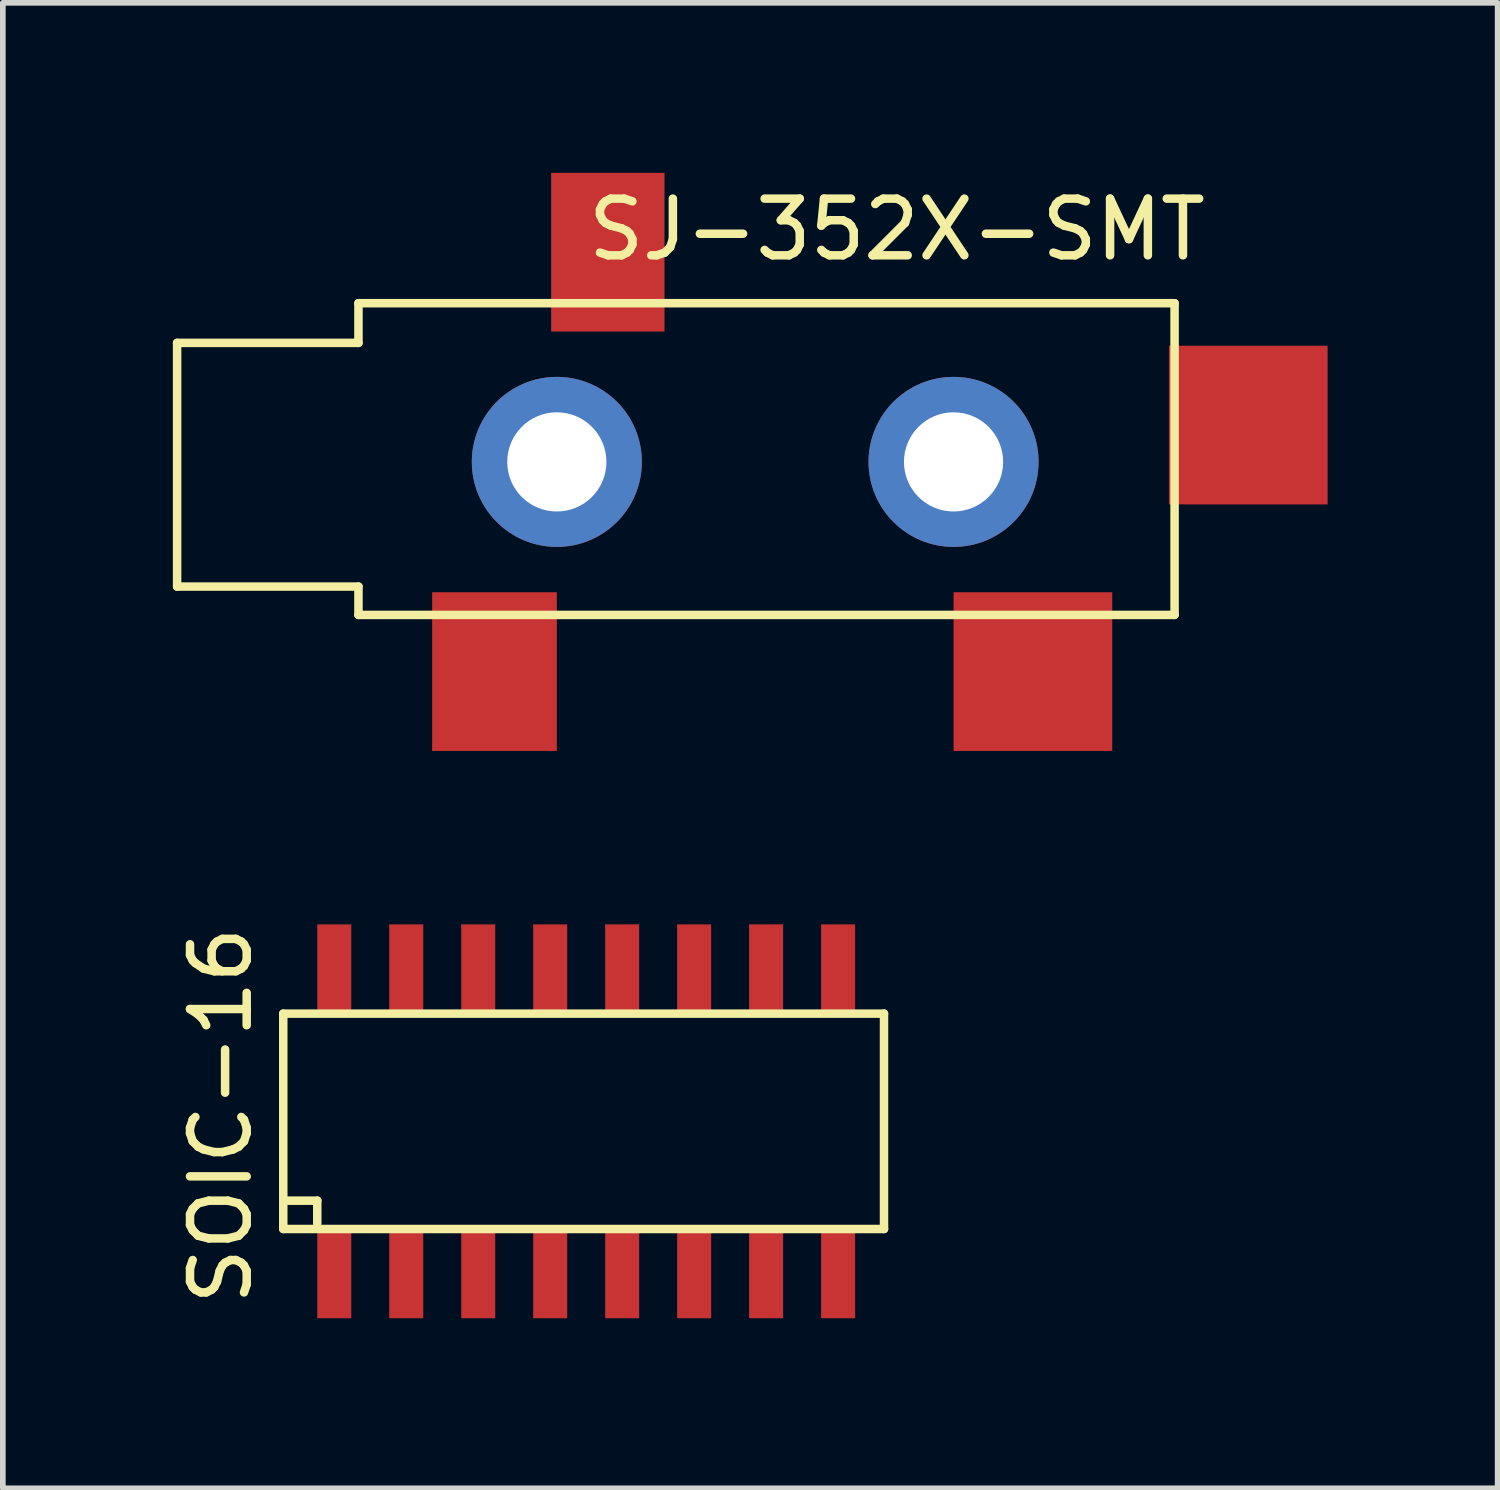
<source format=kicad_pcb>
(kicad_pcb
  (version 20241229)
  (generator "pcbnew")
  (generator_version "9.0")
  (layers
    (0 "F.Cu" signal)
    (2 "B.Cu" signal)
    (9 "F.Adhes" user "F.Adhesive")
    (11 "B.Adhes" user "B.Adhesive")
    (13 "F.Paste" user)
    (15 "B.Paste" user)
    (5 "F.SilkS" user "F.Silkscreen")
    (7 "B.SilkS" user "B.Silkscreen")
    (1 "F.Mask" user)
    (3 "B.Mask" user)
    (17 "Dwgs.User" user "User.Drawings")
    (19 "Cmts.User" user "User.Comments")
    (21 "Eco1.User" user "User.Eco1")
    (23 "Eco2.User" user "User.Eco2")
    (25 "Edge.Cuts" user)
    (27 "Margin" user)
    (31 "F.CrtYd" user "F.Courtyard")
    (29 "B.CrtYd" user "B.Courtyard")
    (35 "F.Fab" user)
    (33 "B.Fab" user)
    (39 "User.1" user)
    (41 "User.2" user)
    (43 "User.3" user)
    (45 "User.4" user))
  (footprint "SOIC-16"
    (layer "F.Cu")
    (at 7.348 16.735)
    (property "Reference" "SOIC-16" (at -6.5 -0.1 270) (layer "F.SilkS") (effects (font (size 1 1) (thickness 0.15))))
    (attr through_hole)
    (fp_line (start -5.4 -1.9) (end -5.4 1.9) (stroke (width 0.15) (type solid)) (layer "F.SilkS"))
    (fp_line (start -5.4 1.4) (end -4.8 1.4) (stroke (width 0.15) (type solid)) (layer "F.SilkS"))
    (fp_line (start -5.4 1.9) (end 5.2 1.9) (stroke (width 0.15) (type solid)) (layer "F.SilkS"))
    (fp_line (start -4.8 1.4) (end -4.8 1.8) (stroke (width 0.15) (type solid)) (layer "F.SilkS"))
    (fp_line (start 5.2 -1.9) (end -5.4 -1.9) (stroke (width 0.15) (type solid)) (layer "F.SilkS"))
    (fp_line (start 5.2 1.9) (end 5.2 -1.9) (stroke (width 0.15) (type solid)) (layer "F.SilkS"))
    (pad "1" smd rect (at -4.5 2.7) (size 0.6 1.55) (layers "F.Cu" "F.Mask" "F.Paste"))
    (pad "2" smd rect (at -3.23 2.7) (size 0.6 1.55) (layers "F.Cu" "F.Mask" "F.Paste"))
    (pad "3" smd rect (at -1.96 2.7) (size 0.6 1.55) (layers "F.Cu" "F.Mask" "F.Paste"))
    (pad "4" smd rect (at -0.69 2.7) (size 0.6 1.55) (layers "F.Cu" "F.Mask" "F.Paste"))
    (pad "5" smd rect (at 0.58 2.7) (size 0.6 1.55) (layers "F.Cu" "F.Mask" "F.Paste"))
    (pad "6" smd rect (at 1.85 2.7) (size 0.6 1.55) (layers "F.Cu" "F.Mask" "F.Paste"))
    (pad "7" smd rect (at 3.12 2.7) (size 0.6 1.55) (layers "F.Cu" "F.Mask" "F.Paste"))
    (pad "8" smd rect (at 4.39 2.7) (size 0.6 1.55) (layers "F.Cu" "F.Mask" "F.Paste"))
    (pad "9" smd rect (at 4.39 -2.7) (size 0.6 1.55) (layers "F.Cu" "F.Mask" "F.Paste"))
    (pad "10" smd rect (at 3.12 -2.7) (size 0.6 1.55) (layers "F.Cu" "F.Mask" "F.Paste"))
    (pad "11" smd rect (at 1.85 -2.7) (size 0.6 1.55) (layers "F.Cu" "F.Mask" "F.Paste"))
    (pad "12" smd rect (at 0.58 -2.7) (size 0.6 1.55) (layers "F.Cu" "F.Mask" "F.Paste"))
    (pad "13" smd rect (at -0.69 -2.7) (size 0.6 1.55) (layers "F.Cu" "F.Mask" "F.Paste"))
    (pad "14" smd rect (at -1.96 -2.7) (size 0.6 1.55) (layers "F.Cu" "F.Mask" "F.Paste"))
    (pad "15" smd rect (at -3.23 -2.7) (size 0.6 1.55) (layers "F.Cu" "F.Mask" "F.Paste"))
    (pad "16" smd rect (at -4.5 -2.7) (size 0.6 1.55) (layers "F.Cu" "F.Mask" "F.Paste")))
  (footprint "SJ-352X-SMT"
    (layer "F.Cu")
    (at 3.275 5.1)
    (property "Reference" "SJ-352X-SMT" (at 9.5 -4.1 0) (layer "F.SilkS") (effects (font (size 1 1) (thickness 0.15))))
    (attr through_hole)
    (fp_line (start -3.2 -2.1) (end 0 -2.1) (stroke (width 0.15) (type solid)) (layer "F.SilkS"))
    (fp_line (start -3.2 2.2) (end -3.2 -2.1) (stroke (width 0.15) (type solid)) (layer "F.SilkS"))
    (fp_line (start 0 -2.8) (end 14.4 -2.8) (stroke (width 0.15) (type solid)) (layer "F.SilkS"))
    (fp_line (start 0 -2.1) (end 0 -2.8) (stroke (width 0.15) (type solid)) (layer "F.SilkS"))
    (fp_line (start 0 2.2) (end -3.2 2.2) (stroke (width 0.15) (type solid)) (layer "F.SilkS"))
    (fp_line (start 0 2.7) (end 0 2.2) (stroke (width 0.15) (type solid)) (layer "F.SilkS"))
    (fp_line (start 14.4 -2.8) (end 14.4 2.7) (stroke (width 0.15) (type solid)) (layer "F.SilkS"))
    (fp_line (start 14.4 2.7) (end 0 2.7) (stroke (width 0.15) (type solid)) (layer "F.SilkS"))
    (pad "" np_thru_hole circle (at 3.5 0) (size 3 3) (drill 1.75) (layers "*.Cu" "*.Mask"))
    (pad "" np_thru_hole circle (at 10.5 0) (size 3 3) (drill 1.75) (layers "*.Cu" "*.Mask"))
    (pad "1" smd rect (at 2.4 3.7) (size 2.2 2.8) (layers "F.Cu" "F.Mask" "F.Paste"))
    (pad "2" smd rect (at 11.9 3.7) (size 2.8 2.8) (layers "F.Cu" "F.Mask" "F.Paste"))
    (pad "3" smd rect (at 4.4 -3.7) (size 2 2.8) (layers "F.Cu" "F.Mask" "F.Paste"))
    (pad "4" smd rect (at 15.7 -0.65) (size 2.8 2.8) (layers "F.Cu" "F.Mask" "F.Paste")))
  (gr_rect
    (start -3 -3)
    (end 23.375 23.21)
    (stroke (width 0.1) (type default))
    (fill no)
    (layer "Edge.Cuts")))
</source>
